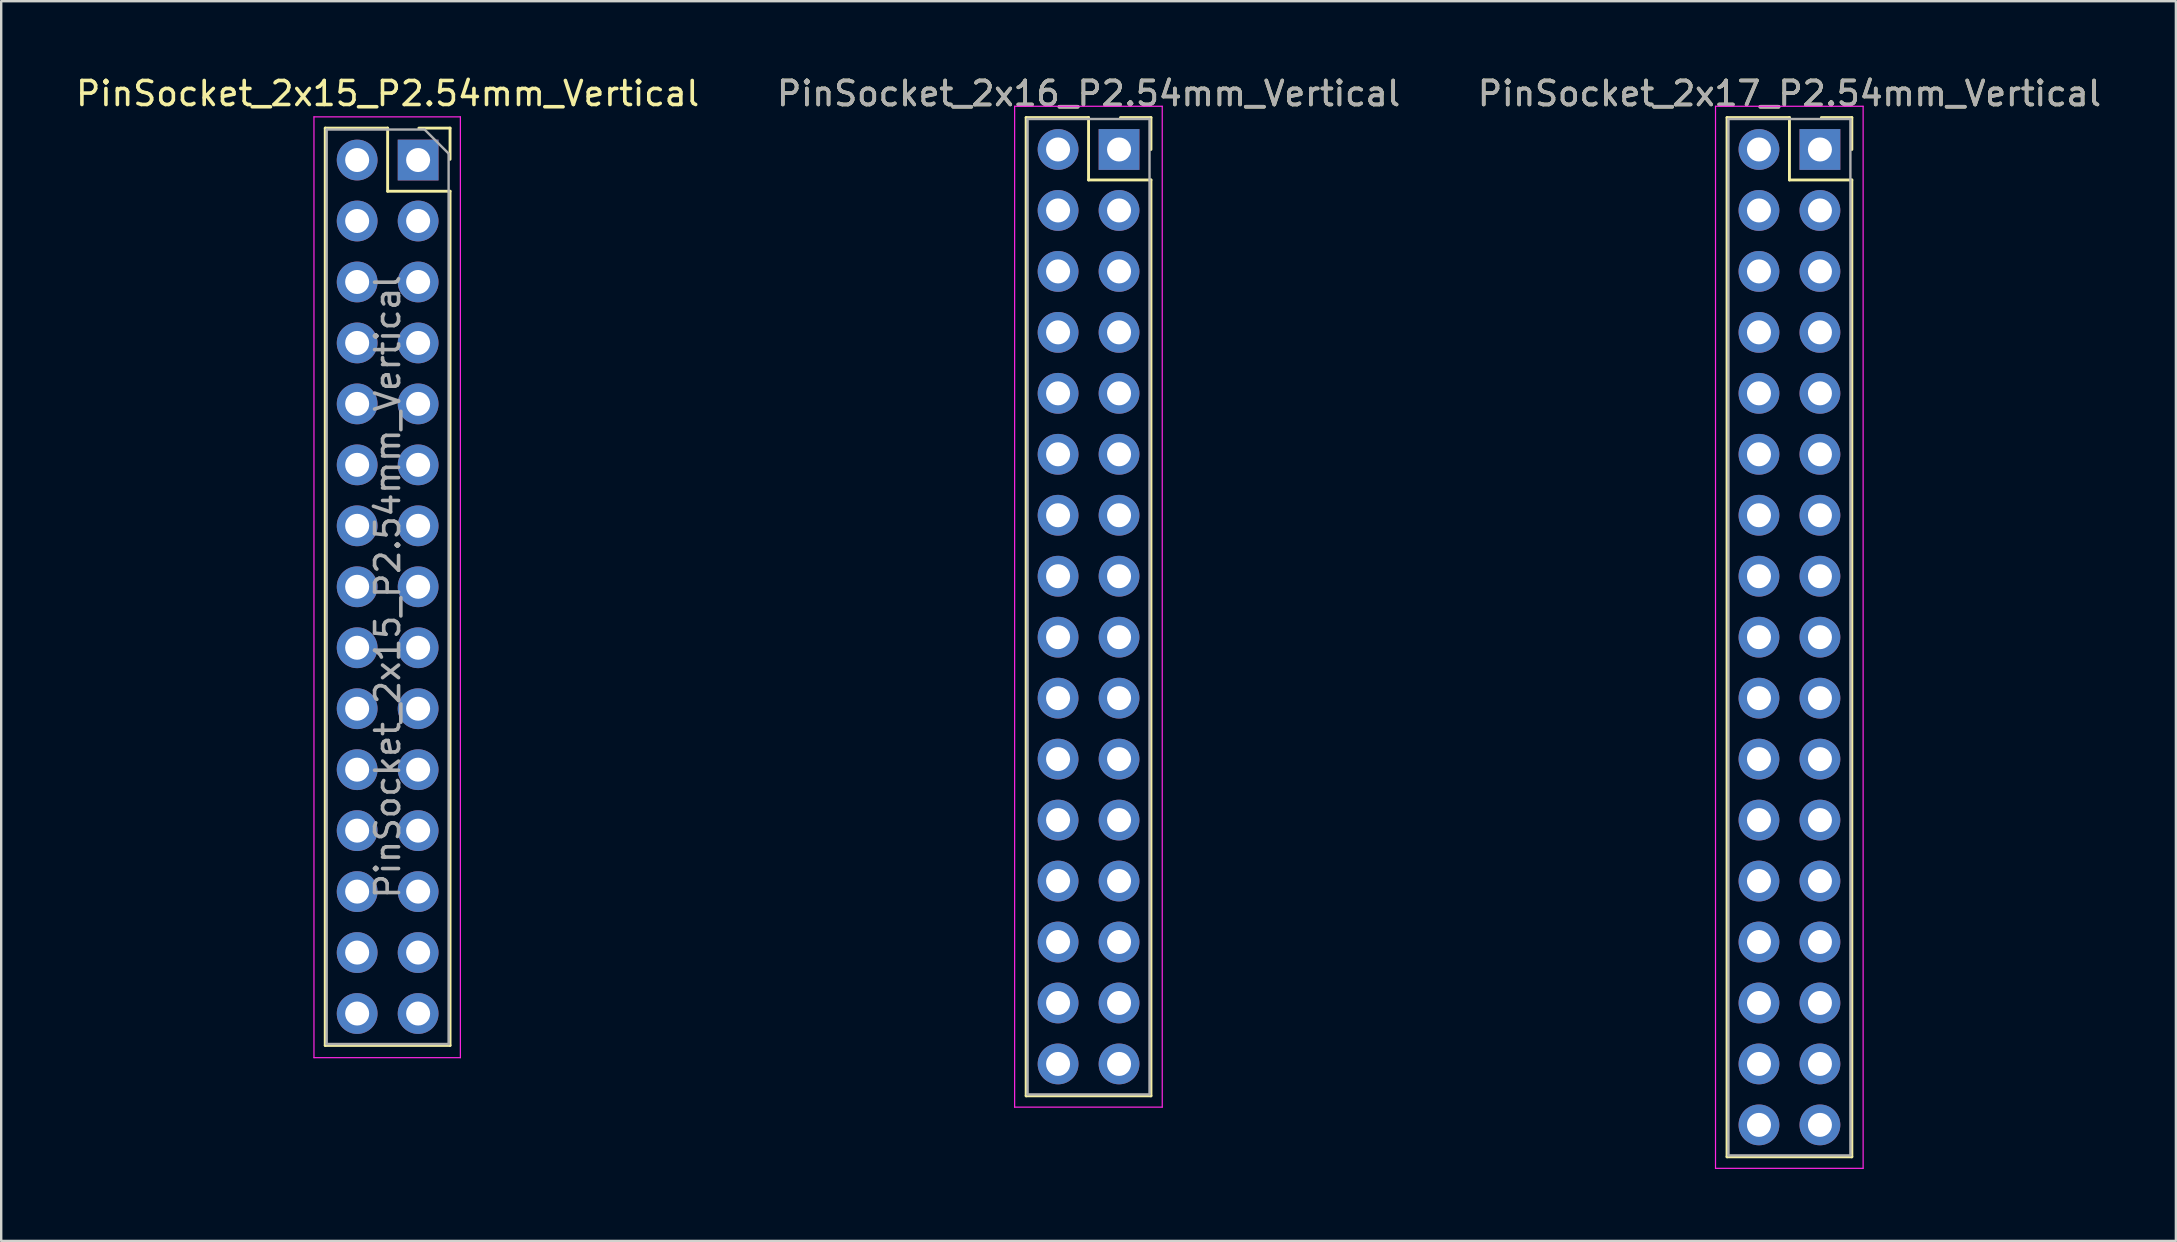
<source format=kicad_pcb>
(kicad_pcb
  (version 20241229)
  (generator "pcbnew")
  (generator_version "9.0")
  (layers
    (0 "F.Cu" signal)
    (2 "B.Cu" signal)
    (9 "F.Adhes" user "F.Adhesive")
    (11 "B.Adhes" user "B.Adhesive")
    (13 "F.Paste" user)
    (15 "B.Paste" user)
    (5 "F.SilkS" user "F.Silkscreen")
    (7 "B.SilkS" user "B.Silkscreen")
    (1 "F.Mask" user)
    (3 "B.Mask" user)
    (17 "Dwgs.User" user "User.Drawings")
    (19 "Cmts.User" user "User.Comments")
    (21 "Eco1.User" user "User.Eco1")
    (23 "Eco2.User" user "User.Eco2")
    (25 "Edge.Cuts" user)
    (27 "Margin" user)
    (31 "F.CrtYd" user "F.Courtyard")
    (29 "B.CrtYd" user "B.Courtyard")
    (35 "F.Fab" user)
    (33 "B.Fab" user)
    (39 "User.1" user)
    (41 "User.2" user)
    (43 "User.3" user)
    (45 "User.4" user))
  (footprint "PinSocket_2x17_P2.54mm_Vertical"
    (layer "F.Cu")
    (at 72.776 3.178)
    (property "Reference" "PinSocket_2x17_P2.54mm_Vertical" (at -1.27 -2.33 0) (layer "F.SilkS") (effects (font (size 1 1) (thickness 0.15))))
    (attr through_hole)
    (fp_line (start -3.87 -1.33) (end -1.27 -1.33) (stroke (width 0.12) (type solid)) (layer "F.SilkS"))
    (fp_line (start -3.87 41.97) (end -3.87 -1.33) (stroke (width 0.12) (type solid)) (layer "F.SilkS"))
    (fp_line (start -1.27 -1.33) (end -1.27 1.27) (stroke (width 0.12) (type solid)) (layer "F.SilkS"))
    (fp_line (start -1.27 1.27) (end 1.33 1.27) (stroke (width 0.12) (type solid)) (layer "F.SilkS"))
    (fp_line (start 1.33 -1.33) (end 0.06 -1.33) (stroke (width 0.12) (type solid)) (layer "F.SilkS"))
    (fp_line (start 1.33 0) (end 1.33 -1.33) (stroke (width 0.12) (type solid)) (layer "F.SilkS"))
    (fp_line (start 1.33 1.27) (end 1.33 41.97) (stroke (width 0.12) (type solid)) (layer "F.SilkS"))
    (fp_line (start 1.33 41.97) (end -3.87 41.97) (stroke (width 0.12) (type solid)) (layer "F.SilkS"))
    (fp_line (start -4.35 -1.8) (end -4.35 42.45) (stroke (width 0.05) (type solid)) (layer "F.CrtYd"))
    (fp_line (start -4.35 42.45) (end 1.8 42.45) (stroke (width 0.05) (type solid)) (layer "F.CrtYd"))
    (fp_line (start 1.8 -1.8) (end -4.35 -1.8) (stroke (width 0.05) (type solid)) (layer "F.CrtYd"))
    (fp_line (start 1.8 42.45) (end 1.8 -1.8) (stroke (width 0.05) (type solid)) (layer "F.CrtYd"))
    (fp_line (start -3.81 -1.27) (end -3.81 41.91) (stroke (width 0.1) (type solid)) (layer "F.Fab"))
    (fp_line (start -3.81 41.91) (end 1.27 41.91) (stroke (width 0.1) (type solid)) (layer "F.Fab"))
    (fp_line (start 1.27 -1.27) (end -3.81 -1.27) (stroke (width 0.1) (type solid)) (layer "F.Fab"))
    (fp_line (start 1.27 41.91) (end 1.27 -1.27) (stroke (width 0.1) (type solid)) (layer "F.Fab"))
    (fp_text user "${REFERENCE}" (at -1.27 -2.33 0) (layer "F.Fab") (effects (font (size 1 1) (thickness 0.15))))
    (pad "1" thru_hole rect (at 0 0) (size 1.7 1.7) (drill 1) (layers "*.Cu" "*.Mask"))
    (pad "2" thru_hole oval (at -2.54 0) (size 1.7 1.7) (drill 1) (layers "*.Cu" "*.Mask"))
    (pad "3" thru_hole oval (at 0 2.54) (size 1.7 1.7) (drill 1) (layers "*.Cu" "*.Mask"))
    (pad "4" thru_hole oval (at -2.54 2.54) (size 1.7 1.7) (drill 1) (layers "*.Cu" "*.Mask"))
    (pad "5" thru_hole oval (at 0 5.08) (size 1.7 1.7) (drill 1) (layers "*.Cu" "*.Mask"))
    (pad "6" thru_hole oval (at -2.54 5.08) (size 1.7 1.7) (drill 1) (layers "*.Cu" "*.Mask"))
    (pad "7" thru_hole oval (at 0 7.62) (size 1.7 1.7) (drill 1) (layers "*.Cu" "*.Mask"))
    (pad "8" thru_hole oval (at -2.54 7.62) (size 1.7 1.7) (drill 1) (layers "*.Cu" "*.Mask"))
    (pad "9" thru_hole oval (at 0 10.16) (size 1.7 1.7) (drill 1) (layers "*.Cu" "*.Mask"))
    (pad "10" thru_hole oval (at -2.54 10.16) (size 1.7 1.7) (drill 1) (layers "*.Cu" "*.Mask"))
    (pad "11" thru_hole oval (at 0 12.7) (size 1.7 1.7) (drill 1) (layers "*.Cu" "*.Mask"))
    (pad "12" thru_hole oval (at -2.54 12.7) (size 1.7 1.7) (drill 1) (layers "*.Cu" "*.Mask"))
    (pad "13" thru_hole oval (at 0 15.24) (size 1.7 1.7) (drill 1) (layers "*.Cu" "*.Mask"))
    (pad "14" thru_hole oval (at -2.54 15.24) (size 1.7 1.7) (drill 1) (layers "*.Cu" "*.Mask"))
    (pad "15" thru_hole oval (at 0 17.78) (size 1.7 1.7) (drill 1) (layers "*.Cu" "*.Mask"))
    (pad "16" thru_hole oval (at -2.54 17.78) (size 1.7 1.7) (drill 1) (layers "*.Cu" "*.Mask"))
    (pad "17" thru_hole oval (at 0 20.32) (size 1.7 1.7) (drill 1) (layers "*.Cu" "*.Mask"))
    (pad "18" thru_hole oval (at -2.54 20.32) (size 1.7 1.7) (drill 1) (layers "*.Cu" "*.Mask"))
    (pad "19" thru_hole oval (at 0 22.86) (size 1.7 1.7) (drill 1) (layers "*.Cu" "*.Mask"))
    (pad "20" thru_hole oval (at -2.54 22.86) (size 1.7 1.7) (drill 1) (layers "*.Cu" "*.Mask"))
    (pad "21" thru_hole oval (at 0 25.4) (size 1.7 1.7) (drill 1) (layers "*.Cu" "*.Mask"))
    (pad "22" thru_hole oval (at -2.54 25.4) (size 1.7 1.7) (drill 1) (layers "*.Cu" "*.Mask"))
    (pad "23" thru_hole oval (at 0 27.94) (size 1.7 1.7) (drill 1) (layers "*.Cu" "*.Mask"))
    (pad "24" thru_hole oval (at -2.54 27.94) (size 1.7 1.7) (drill 1) (layers "*.Cu" "*.Mask"))
    (pad "25" thru_hole oval (at 0 30.48) (size 1.7 1.7) (drill 1) (layers "*.Cu" "*.Mask"))
    (pad "26" thru_hole oval (at -2.54 30.48) (size 1.7 1.7) (drill 1) (layers "*.Cu" "*.Mask"))
    (pad "27" thru_hole oval (at 0 33.02) (size 1.7 1.7) (drill 1) (layers "*.Cu" "*.Mask"))
    (pad "28" thru_hole oval (at -2.54 33.02) (size 1.7 1.7) (drill 1) (layers "*.Cu" "*.Mask"))
    (pad "29" thru_hole oval (at 0 35.56) (size 1.7 1.7) (drill 1) (layers "*.Cu" "*.Mask"))
    (pad "30" thru_hole oval (at -2.54 35.56) (size 1.7 1.7) (drill 1) (layers "*.Cu" "*.Mask"))
    (pad "31" thru_hole oval (at 0 38.1) (size 1.7 1.7) (drill 1) (layers "*.Cu" "*.Mask"))
    (pad "32" thru_hole oval (at -2.54 38.1) (size 1.7 1.7) (drill 1) (layers "*.Cu" "*.Mask"))
    (pad "33" thru_hole oval (at 0 40.64) (size 1.7 1.7) (drill 1) (layers "*.Cu" "*.Mask"))
    (pad "34" thru_hole oval (at -2.54 40.64) (size 1.7 1.7) (drill 1) (layers "*.Cu" "*.Mask")))
  (footprint "PinSocket_2x15_P2.54mm_Vertical"
    (layer "F.Cu")
    (at 14.371 3.618)
    (property "Reference" "PinSocket_2x15_P2.54mm_Vertical" (at -1.27 -2.77 0) (layer "F.SilkS") (effects (font (size 1 1) (thickness 0.15))))
    (attr through_hole)
    (fp_line (start -3.87 -1.33) (end -3.87 36.89) (stroke (width 0.12) (type solid)) (layer "F.SilkS"))
    (fp_line (start -3.87 36.89) (end 1.33 36.89) (stroke (width 0.12) (type solid)) (layer "F.SilkS"))
    (fp_line (start -1.27 -1.33) (end -3.87 -1.33) (stroke (width 0.12) (type solid)) (layer "F.SilkS"))
    (fp_line (start -1.27 1.3) (end -1.27 -1.33) (stroke (width 0.12) (type solid)) (layer "F.SilkS"))
    (fp_line (start 1.33 -1.33) (end 0.03 -1.33) (stroke (width 0.12) (type solid)) (layer "F.SilkS"))
    (fp_line (start 1.33 -0.03) (end 1.33 -1.33) (stroke (width 0.12) (type solid)) (layer "F.SilkS"))
    (fp_line (start 1.33 1.3) (end -1.27 1.3) (stroke (width 0.12) (type solid)) (layer "F.SilkS"))
    (fp_line (start 1.33 36.89) (end 1.33 1.3) (stroke (width 0.12) (type solid)) (layer "F.SilkS"))
    (fp_line (start -4.34 -1.8) (end 1.76 -1.8) (stroke (width 0.05) (type solid)) (layer "F.CrtYd"))
    (fp_line (start -4.34 37.4) (end -4.34 -1.8) (stroke (width 0.05) (type solid)) (layer "F.CrtYd"))
    (fp_line (start 1.76 -1.8) (end 1.76 37.4) (stroke (width 0.05) (type solid)) (layer "F.CrtYd"))
    (fp_line (start 1.76 37.4) (end -4.34 37.4) (stroke (width 0.05) (type solid)) (layer "F.CrtYd"))
    (fp_line (start -3.81 -1.27) (end 0.27 -1.27) (stroke (width 0.1) (type solid)) (layer "F.Fab"))
    (fp_line (start -3.81 36.83) (end -3.81 -1.27) (stroke (width 0.1) (type solid)) (layer "F.Fab"))
    (fp_line (start 0.27 -1.27) (end 1.27 -0.27) (stroke (width 0.1) (type solid)) (layer "F.Fab"))
    (fp_line (start 1.27 -0.27) (end 1.27 36.83) (stroke (width 0.1) (type solid)) (layer "F.Fab"))
    (fp_line (start 1.27 36.83) (end -3.81 36.83) (stroke (width 0.1) (type solid)) (layer "F.Fab"))
    (fp_text user "${REFERENCE}" (at -1.27 17.78 90) (layer "F.Fab") (effects (font (size 1 1) (thickness 0.15))))
    (pad "1" thru_hole rect (at 0 0) (size 1.7 1.7) (drill 1) (layers "*.Cu" "*.Mask"))
    (pad "2" thru_hole oval (at -2.54 0) (size 1.7 1.7) (drill 1) (layers "*.Cu" "*.Mask"))
    (pad "3" thru_hole oval (at 0 2.54) (size 1.7 1.7) (drill 1) (layers "*.Cu" "*.Mask"))
    (pad "4" thru_hole oval (at -2.54 2.54) (size 1.7 1.7) (drill 1) (layers "*.Cu" "*.Mask"))
    (pad "5" thru_hole oval (at 0 5.08) (size 1.7 1.7) (drill 1) (layers "*.Cu" "*.Mask"))
    (pad "6" thru_hole oval (at -2.54 5.08) (size 1.7 1.7) (drill 1) (layers "*.Cu" "*.Mask"))
    (pad "7" thru_hole oval (at 0 7.62) (size 1.7 1.7) (drill 1) (layers "*.Cu" "*.Mask"))
    (pad "8" thru_hole oval (at -2.54 7.62) (size 1.7 1.7) (drill 1) (layers "*.Cu" "*.Mask"))
    (pad "9" thru_hole oval (at 0 10.16) (size 1.7 1.7) (drill 1) (layers "*.Cu" "*.Mask"))
    (pad "10" thru_hole oval (at -2.54 10.16) (size 1.7 1.7) (drill 1) (layers "*.Cu" "*.Mask"))
    (pad "11" thru_hole oval (at 0 12.7) (size 1.7 1.7) (drill 1) (layers "*.Cu" "*.Mask"))
    (pad "12" thru_hole oval (at -2.54 12.7) (size 1.7 1.7) (drill 1) (layers "*.Cu" "*.Mask"))
    (pad "13" thru_hole oval (at 0 15.24) (size 1.7 1.7) (drill 1) (layers "*.Cu" "*.Mask"))
    (pad "14" thru_hole oval (at -2.54 15.24) (size 1.7 1.7) (drill 1) (layers "*.Cu" "*.Mask"))
    (pad "15" thru_hole oval (at 0 17.78) (size 1.7 1.7) (drill 1) (layers "*.Cu" "*.Mask"))
    (pad "16" thru_hole oval (at -2.54 17.78) (size 1.7 1.7) (drill 1) (layers "*.Cu" "*.Mask"))
    (pad "17" thru_hole oval (at 0 20.32) (size 1.7 1.7) (drill 1) (layers "*.Cu" "*.Mask"))
    (pad "18" thru_hole oval (at -2.54 20.32) (size 1.7 1.7) (drill 1) (layers "*.Cu" "*.Mask"))
    (pad "19" thru_hole oval (at 0 22.86) (size 1.7 1.7) (drill 1) (layers "*.Cu" "*.Mask"))
    (pad "20" thru_hole oval (at -2.54 22.86) (size 1.7 1.7) (drill 1) (layers "*.Cu" "*.Mask"))
    (pad "21" thru_hole oval (at 0 25.4) (size 1.7 1.7) (drill 1) (layers "*.Cu" "*.Mask"))
    (pad "22" thru_hole oval (at -2.54 25.4) (size 1.7 1.7) (drill 1) (layers "*.Cu" "*.Mask"))
    (pad "23" thru_hole oval (at 0 27.94) (size 1.7 1.7) (drill 1) (layers "*.Cu" "*.Mask"))
    (pad "24" thru_hole oval (at -2.54 27.94) (size 1.7 1.7) (drill 1) (layers "*.Cu" "*.Mask"))
    (pad "25" thru_hole oval (at 0 30.48) (size 1.7 1.7) (drill 1) (layers "*.Cu" "*.Mask"))
    (pad "26" thru_hole oval (at -2.54 30.48) (size 1.7 1.7) (drill 1) (layers "*.Cu" "*.Mask"))
    (pad "27" thru_hole oval (at 0 33.02) (size 1.7 1.7) (drill 1) (layers "*.Cu" "*.Mask"))
    (pad "28" thru_hole oval (at -2.54 33.02) (size 1.7 1.7) (drill 1) (layers "*.Cu" "*.Mask"))
    (pad "29" thru_hole oval (at 0 35.56) (size 1.7 1.7) (drill 1) (layers "*.Cu" "*.Mask"))
    (pad "30" thru_hole oval (at -2.54 35.56) (size 1.7 1.7) (drill 1) (layers "*.Cu" "*.Mask")))
  (footprint "PinSocket_2x16_P2.54mm_Vertical"
    (layer "F.Cu")
    (at 43.574 3.178)
    (property "Reference" "PinSocket_2x16_P2.54mm_Vertical" (at -1.27 -2.33 0) (layer "F.SilkS") (effects (font (size 1 1) (thickness 0.15))))
    (attr through_hole)
    (fp_line (start -3.87 -1.33) (end -1.27 -1.33) (stroke (width 0.12) (type solid)) (layer "F.SilkS"))
    (fp_line (start -3.87 39.43) (end -3.87 -1.33) (stroke (width 0.12) (type solid)) (layer "F.SilkS"))
    (fp_line (start -1.27 -1.33) (end -1.27 1.27) (stroke (width 0.12) (type solid)) (layer "F.SilkS"))
    (fp_line (start -1.27 1.27) (end 1.33 1.27) (stroke (width 0.12) (type solid)) (layer "F.SilkS"))
    (fp_line (start 1.33 -1.33) (end 0.06 -1.33) (stroke (width 0.12) (type solid)) (layer "F.SilkS"))
    (fp_line (start 1.33 0) (end 1.33 -1.33) (stroke (width 0.12) (type solid)) (layer "F.SilkS"))
    (fp_line (start 1.33 1.27) (end 1.33 39.43) (stroke (width 0.12) (type solid)) (layer "F.SilkS"))
    (fp_line (start 1.33 39.43) (end -3.87 39.43) (stroke (width 0.12) (type solid)) (layer "F.SilkS"))
    (fp_line (start -4.35 -1.8) (end -4.35 39.9) (stroke (width 0.05) (type solid)) (layer "F.CrtYd"))
    (fp_line (start -4.35 39.9) (end 1.8 39.9) (stroke (width 0.05) (type solid)) (layer "F.CrtYd"))
    (fp_line (start 1.8 -1.8) (end -4.35 -1.8) (stroke (width 0.05) (type solid)) (layer "F.CrtYd"))
    (fp_line (start 1.8 39.9) (end 1.8 -1.8) (stroke (width 0.05) (type solid)) (layer "F.CrtYd"))
    (fp_line (start -3.81 -1.27) (end -3.81 39.37) (stroke (width 0.1) (type solid)) (layer "F.Fab"))
    (fp_line (start -3.81 39.37) (end 1.27 39.37) (stroke (width 0.1) (type solid)) (layer "F.Fab"))
    (fp_line (start 1.27 -1.27) (end -3.81 -1.27) (stroke (width 0.1) (type solid)) (layer "F.Fab"))
    (fp_line (start 1.27 39.37) (end 1.27 -1.27) (stroke (width 0.1) (type solid)) (layer "F.Fab"))
    (fp_text user "${REFERENCE}" (at -1.27 -2.33 0) (layer "F.Fab") (effects (font (size 1 1) (thickness 0.15))))
    (pad "1" thru_hole rect (at 0 0) (size 1.7 1.7) (drill 1) (layers "*.Cu" "*.Mask"))
    (pad "2" thru_hole oval (at -2.54 0) (size 1.7 1.7) (drill 1) (layers "*.Cu" "*.Mask"))
    (pad "3" thru_hole oval (at 0 2.54) (size 1.7 1.7) (drill 1) (layers "*.Cu" "*.Mask"))
    (pad "4" thru_hole oval (at -2.54 2.54) (size 1.7 1.7) (drill 1) (layers "*.Cu" "*.Mask"))
    (pad "5" thru_hole oval (at 0 5.08) (size 1.7 1.7) (drill 1) (layers "*.Cu" "*.Mask"))
    (pad "6" thru_hole oval (at -2.54 5.08) (size 1.7 1.7) (drill 1) (layers "*.Cu" "*.Mask"))
    (pad "7" thru_hole oval (at 0 7.62) (size 1.7 1.7) (drill 1) (layers "*.Cu" "*.Mask"))
    (pad "8" thru_hole oval (at -2.54 7.62) (size 1.7 1.7) (drill 1) (layers "*.Cu" "*.Mask"))
    (pad "9" thru_hole oval (at 0 10.16) (size 1.7 1.7) (drill 1) (layers "*.Cu" "*.Mask"))
    (pad "10" thru_hole oval (at -2.54 10.16) (size 1.7 1.7) (drill 1) (layers "*.Cu" "*.Mask"))
    (pad "11" thru_hole oval (at 0 12.7) (size 1.7 1.7) (drill 1) (layers "*.Cu" "*.Mask"))
    (pad "12" thru_hole oval (at -2.54 12.7) (size 1.7 1.7) (drill 1) (layers "*.Cu" "*.Mask"))
    (pad "13" thru_hole oval (at 0 15.24) (size 1.7 1.7) (drill 1) (layers "*.Cu" "*.Mask"))
    (pad "14" thru_hole oval (at -2.54 15.24) (size 1.7 1.7) (drill 1) (layers "*.Cu" "*.Mask"))
    (pad "15" thru_hole oval (at 0 17.78) (size 1.7 1.7) (drill 1) (layers "*.Cu" "*.Mask"))
    (pad "16" thru_hole oval (at -2.54 17.78) (size 1.7 1.7) (drill 1) (layers "*.Cu" "*.Mask"))
    (pad "17" thru_hole oval (at 0 20.32) (size 1.7 1.7) (drill 1) (layers "*.Cu" "*.Mask"))
    (pad "18" thru_hole oval (at -2.54 20.32) (size 1.7 1.7) (drill 1) (layers "*.Cu" "*.Mask"))
    (pad "19" thru_hole oval (at 0 22.86) (size 1.7 1.7) (drill 1) (layers "*.Cu" "*.Mask"))
    (pad "20" thru_hole oval (at -2.54 22.86) (size 1.7 1.7) (drill 1) (layers "*.Cu" "*.Mask"))
    (pad "21" thru_hole oval (at 0 25.4) (size 1.7 1.7) (drill 1) (layers "*.Cu" "*.Mask"))
    (pad "22" thru_hole oval (at -2.54 25.4) (size 1.7 1.7) (drill 1) (layers "*.Cu" "*.Mask"))
    (pad "23" thru_hole oval (at 0 27.94) (size 1.7 1.7) (drill 1) (layers "*.Cu" "*.Mask"))
    (pad "24" thru_hole oval (at -2.54 27.94) (size 1.7 1.7) (drill 1) (layers "*.Cu" "*.Mask"))
    (pad "25" thru_hole oval (at 0 30.48) (size 1.7 1.7) (drill 1) (layers "*.Cu" "*.Mask"))
    (pad "26" thru_hole oval (at -2.54 30.48) (size 1.7 1.7) (drill 1) (layers "*.Cu" "*.Mask"))
    (pad "27" thru_hole oval (at 0 33.02) (size 1.7 1.7) (drill 1) (layers "*.Cu" "*.Mask"))
    (pad "28" thru_hole oval (at -2.54 33.02) (size 1.7 1.7) (drill 1) (layers "*.Cu" "*.Mask"))
    (pad "29" thru_hole oval (at 0 35.56) (size 1.7 1.7) (drill 1) (layers "*.Cu" "*.Mask"))
    (pad "30" thru_hole oval (at -2.54 35.56) (size 1.7 1.7) (drill 1) (layers "*.Cu" "*.Mask"))
    (pad "31" thru_hole oval (at 0 38.1) (size 1.7 1.7) (drill 1) (layers "*.Cu" "*.Mask"))
    (pad "32" thru_hole oval (at -2.54 38.1) (size 1.7 1.7) (drill 1) (layers "*.Cu" "*.Mask")))
  (gr_rect
    (start -3 -3)
    (end 87.607 48.653)
    (stroke (width 0.1) (type default))
    (fill no)
    (layer "Edge.Cuts")))
</source>
